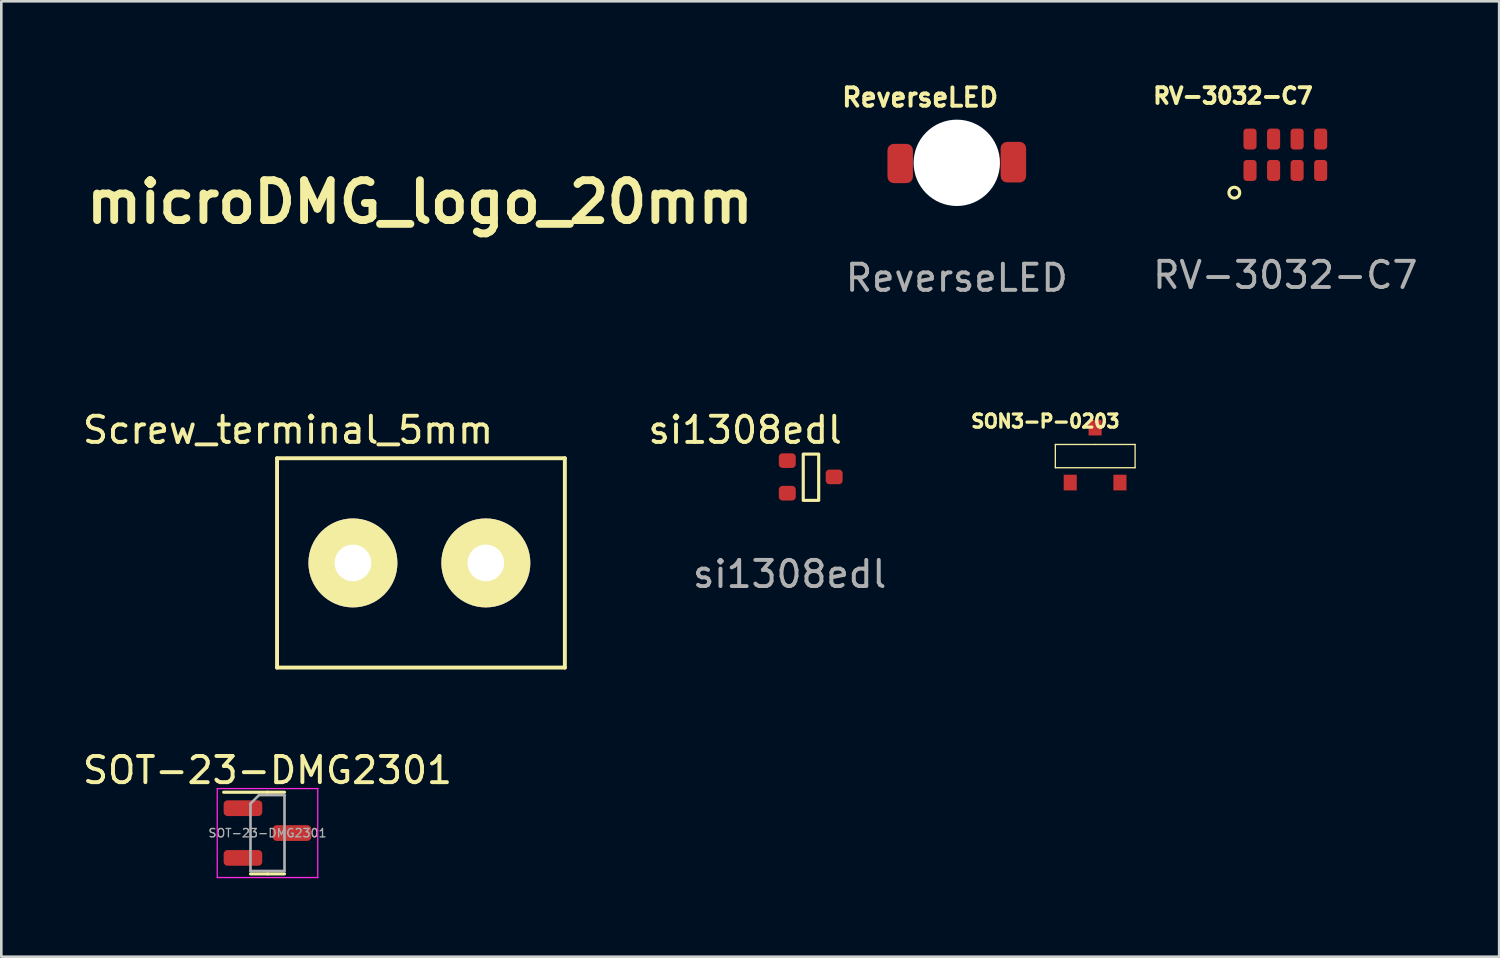
<source format=kicad_pcb>
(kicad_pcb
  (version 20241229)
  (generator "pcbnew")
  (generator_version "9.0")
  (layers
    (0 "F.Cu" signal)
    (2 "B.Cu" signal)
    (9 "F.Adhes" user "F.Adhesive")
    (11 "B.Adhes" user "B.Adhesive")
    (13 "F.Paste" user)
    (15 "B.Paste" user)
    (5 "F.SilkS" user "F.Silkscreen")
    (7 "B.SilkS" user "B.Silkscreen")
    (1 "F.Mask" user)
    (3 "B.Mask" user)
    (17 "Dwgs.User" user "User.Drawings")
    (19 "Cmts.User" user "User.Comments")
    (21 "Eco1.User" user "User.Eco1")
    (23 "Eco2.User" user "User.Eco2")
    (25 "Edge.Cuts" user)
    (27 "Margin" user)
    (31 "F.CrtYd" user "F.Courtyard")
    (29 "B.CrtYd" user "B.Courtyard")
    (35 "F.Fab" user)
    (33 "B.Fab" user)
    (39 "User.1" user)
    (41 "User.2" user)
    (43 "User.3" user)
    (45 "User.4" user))
  (footprint "RV-3032-C7"
    (layer "F.Cu")
    (at 46.074 2.864)
    (property "Reference" "RV-3032-C7" (at -2 -2.25 0) (unlocked yes) (layer "F.SilkS") (effects (font (size 0.6 0.6) (thickness 0.15))))
    (attr smd)
    (fp_circle (center -1.95 1.45) (end -1.75 1.5) (stroke (width 0.12) (type solid)) (fill no) (layer "F.SilkS"))
    (fp_text user "${REFERENCE}" (at 0 4.6 0) (unlocked yes) (layer "F.Fab") (effects (font (size 1 1) (thickness 0.15))))
    (pad "1" smd roundrect (at -1.35 0.6) (size 0.5 0.8) (layers "F.Cu" "F.Mask" "F.Paste") (roundrect_rratio 0.25))
    (pad "2" smd roundrect (at -0.45 0.6) (size 0.5 0.8) (layers "F.Cu" "F.Mask" "F.Paste") (roundrect_rratio 0.25))
    (pad "3" smd roundrect (at 0.45 0.6) (size 0.5 0.8) (layers "F.Cu" "F.Mask" "F.Paste") (roundrect_rratio 0.25))
    (pad "4" smd roundrect (at 1.35 0.6) (size 0.5 0.8) (layers "F.Cu" "F.Mask" "F.Paste") (roundrect_rratio 0.25))
    (pad "5" smd roundrect (at 1.35 -0.6) (size 0.5 0.8) (layers "F.Cu" "F.Mask" "F.Paste") (roundrect_rratio 0.25))
    (pad "6" smd roundrect (at 0.45 -0.6) (size 0.5 0.8) (layers "F.Cu" "F.Mask" "F.Paste") (roundrect_rratio 0.25))
    (pad "7" smd roundrect (at -0.45 -0.6) (size 0.5 0.8) (layers "F.Cu" "F.Mask" "F.Paste") (roundrect_rratio 0.25))
    (pad "8" smd roundrect (at -1.35 -0.6) (size 0.5 0.8) (layers "F.Cu" "F.Mask" "F.Paste") (roundrect_rratio 0.25)))
  (footprint "Screw_terminal_5mm"
    (layer "F.Cu")
    (at 13.038 18.464)
    (property "Reference" "Screw_terminal_5mm" (at -5.08 -5.08 0) (layer "F.SilkS") (effects (font (size 1 1) (thickness 0.15))))
    (attr through_hole)
    (fp_line (start -5.5 -4) (end -5.5 4) (stroke (width 0.15) (type solid)) (layer "F.SilkS"))
    (fp_line (start -5.5 -4) (end 5.5 -4) (stroke (width 0.15) (type solid)) (layer "F.SilkS"))
    (fp_line (start 5.5 -4) (end 5.5 4) (stroke (width 0.15) (type solid)) (layer "F.SilkS"))
    (fp_line (start 5.5 4) (end -5.5 4) (stroke (width 0.15) (type solid)) (layer "F.SilkS"))
    (pad "1" thru_hole circle (at -2.6 0) (size 3.4 3.4) (drill 1.4) (layers "*.Cu" "*.Mask" "F.SilkS"))
    (pad "2" thru_hole circle (at 2.48 0) (size 3.4 3.4) (drill 1.4) (layers "*.Cu" "*.Mask" "F.SilkS")))
  (footprint "SOT-23-DMG2301"
    (layer "F.Cu")
    (at 7.173 28.788)
    (property "Reference" "SOT-23-DMG2301" (at 0 -2.4 0) (layer "F.SilkS") (effects (font (size 1 1) (thickness 0.15))))
    (attr smd)
    (fp_line (start 0 -1.56) (end -1.675 -1.56) (stroke (width 0.12) (type solid)) (layer "F.SilkS"))
    (fp_line (start 0 -1.56) (end 0.65 -1.56) (stroke (width 0.12) (type solid)) (layer "F.SilkS"))
    (fp_line (start 0 1.56) (end -0.65 1.56) (stroke (width 0.12) (type solid)) (layer "F.SilkS"))
    (fp_line (start 0 1.56) (end 0.65 1.56) (stroke (width 0.12) (type solid)) (layer "F.SilkS"))
    (fp_line (start -1.92 -1.7) (end -1.92 1.7) (stroke (width 0.05) (type solid)) (layer "F.CrtYd"))
    (fp_line (start -1.92 1.7) (end 1.92 1.7) (stroke (width 0.05) (type solid)) (layer "F.CrtYd"))
    (fp_line (start 1.92 -1.7) (end -1.92 -1.7) (stroke (width 0.05) (type solid)) (layer "F.CrtYd"))
    (fp_line (start 1.92 1.7) (end 1.92 -1.7) (stroke (width 0.05) (type solid)) (layer "F.CrtYd"))
    (fp_line (start -0.65 -1.125) (end -0.325 -1.45) (stroke (width 0.1) (type solid)) (layer "F.Fab"))
    (fp_line (start -0.65 1.45) (end -0.65 -1.125) (stroke (width 0.1) (type solid)) (layer "F.Fab"))
    (fp_line (start -0.325 -1.45) (end 0.65 -1.45) (stroke (width 0.1) (type solid)) (layer "F.Fab"))
    (fp_line (start 0.65 -1.45) (end 0.65 1.45) (stroke (width 0.1) (type solid)) (layer "F.Fab"))
    (fp_line (start 0.65 1.45) (end -0.65 1.45) (stroke (width 0.1) (type solid)) (layer "F.Fab"))
    (fp_text user "${REFERENCE}" (at 0 0 0) (layer "F.Fab") (effects (font (size 0.32 0.32) (thickness 0.05))))
    (pad "1" smd roundrect (at -0.938 0.95) (size 1.475 0.6) (layers "F.Cu" "F.Mask" "F.Paste") (roundrect_rratio 0.25))
    (pad "2" smd roundrect (at -0.938 -0.95) (size 1.475 0.6) (layers "F.Cu" "F.Mask" "F.Paste") (roundrect_rratio 0.25))
    (pad "3" smd roundrect (at 0.938 0) (size 1.475 0.6) (layers "F.Cu" "F.Mask" "F.Paste") (roundrect_rratio 0.25)))
  (footprint "ReverseLED"
    (layer "F.Cu")
    (at 33.517 3.173)
    (property "Reference" "ReverseLED" (at -1.4 -2.5 0) (unlocked yes) (layer "F.SilkS") (effects (font (size 0.7 0.7) (thickness 0.15))))
    (attr smd)
    (fp_text user "${REFERENCE}" (at 0 4.4 0) (unlocked yes) (layer "F.Fab") (effects (font (size 1 1) (thickness 0.15))))
    (pad "" np_thru_hole circle (at 0 0) (size 3.3 3.3) (drill 3.3) (layers "*.Cu" "*.Mask"))
    (pad "1" smd roundrect (at -2.163 0.025) (size 0.975 1.5) (layers "F.Cu" "F.Mask" "F.Paste") (roundrect_rratio 0.25))
    (pad "2" smd roundrect (at 2.163 -0.025) (size 0.975 1.55) (layers "F.Cu" "F.Mask" "F.Paste") (roundrect_rratio 0.25)))
  (footprint "si1308edl"
    (layer "F.Cu")
    (at 27.039 14.554)
    (property "Reference" "si1308edl" (at -1.61 -1.17 0) (unlocked yes) (layer "F.SilkS") (effects (font (size 1 1) (thickness 0.15))))
    (attr smd)
    (fp_rect (start 0.61 -0.25) (end 1.2 1.52) (stroke (width 0.12) (type solid)) (fill no) (layer "F.SilkS"))
    (fp_text user "${REFERENCE}" (at 0.09 4.34 0) (unlocked yes) (layer "F.Fab") (effects (font (size 1 1) (thickness 0.15))))
    (pad "1" smd roundrect (at 0 0 270) (size 0.559 0.648) (layers "F.Cu" "F.Mask" "F.Paste") (roundrect_rratio 0.25))
    (pad "2" smd roundrect (at 0 1.245 90) (size 0.559 0.648) (layers "F.Cu" "F.Mask" "F.Paste") (roundrect_rratio 0.25))
    (pad "3" smd roundrect (at 1.791 0.623 90) (size 0.559 0.648) (layers "F.Cu" "F.Mask" "F.Paste") (roundrect_rratio 0.25)))
  (footprint "microDMG_logo_20mm"
    (layer "F.Cu")
    (at 12.998 4.672)
    (property "Reference" "microDMG_logo_20mm" (at 0 0 0) (layer "F.SilkS") (effects (font (size 1.524 1.524) (thickness 0.3))))
    (attr through_hole)
    (fp_poly (pts (xy -2.87 -0.216) (xy -2.943 -0.217) (xy -2.998 -0.221) (xy -3.06 -0.229) (xy -3.096 -0.236) (xy -3.242 -0.281) (xy -3.379 -0.347) (xy -3.504 -0.434) (xy -3.615 -0.538) (xy -3.711 -0.656) (xy -3.788 -0.788) (xy -3.845 -0.93) (xy -3.874 -1.05) (xy -3.883 -1.133) (xy -3.885 -1.229) (xy -3.88 -1.329) (xy -3.869 -1.424) (xy -3.852 -1.504) (xy -3.848 -1.518) (xy -3.787 -1.669) (xy -3.707 -1.805) (xy -3.608 -1.926) (xy -3.493 -2.03) (xy -3.363 -2.115) (xy -3.22 -2.18) (xy -3.066 -2.223) (xy -2.95 -2.24) (xy -2.87 -2.248) (xy -2.87 -0.216)) (stroke (width 0.01) (type solid)) (fill yes) (layer "F.Mask"))
    (fp_poly (pts (xy 2.756 -2.237) (xy 2.906 -2.216) (xy 3.051 -2.171) (xy 3.19 -2.103) (xy 3.32 -2.012) (xy 3.382 -1.957) (xy 3.487 -1.841) (xy 3.571 -1.711) (xy 3.636 -1.566) (xy 3.66 -1.491) (xy 3.679 -1.398) (xy 3.689 -1.29) (xy 3.69 -1.177) (xy 3.681 -1.068) (xy 3.663 -0.972) (xy 3.66 -0.961) (xy 3.605 -0.811) (xy 3.529 -0.673) (xy 3.434 -0.55) (xy 3.323 -0.443) (xy 3.197 -0.355) (xy 3.058 -0.286) (xy 2.908 -0.239) (xy 2.888 -0.235) (xy 2.831 -0.225) (xy 2.774 -0.218) (xy 2.731 -0.216) (xy 2.667 -0.216) (xy 2.67 -1.229) (xy 2.673 -2.242) (xy 2.756 -2.237)) (stroke (width 0.01) (type solid)) (fill yes) (layer "F.Mask"))
    (fp_poly (pts (xy -0.048 -2.054) (xy 0.03 -2.049) (xy 0.091 -2.042) (xy 0.143 -2.029) (xy 0.181 -2.016) (xy 0.313 -1.954) (xy 0.431 -1.872) (xy 0.534 -1.773) (xy 0.618 -1.659) (xy 0.682 -1.532) (xy 0.699 -1.486) (xy 0.721 -1.394) (xy 0.733 -1.289) (xy 0.734 -1.181) (xy 0.724 -1.08) (xy 0.718 -1.049) (xy 0.676 -0.914) (xy 0.611 -0.789) (xy 0.527 -0.677) (xy 0.426 -0.581) (xy 0.31 -0.501) (xy 0.182 -0.442) (xy 0.107 -0.419) (xy 0.012 -0.402) (xy -0.093 -0.395) (xy -0.198 -0.399) (xy -0.292 -0.413) (xy -0.298 -0.414) (xy -0.429 -0.459) (xy -0.551 -0.525) (xy -0.66 -0.611) (xy -0.754 -0.714) (xy -0.831 -0.831) (xy -0.889 -0.961) (xy -0.909 -1.029) (xy -0.924 -1.112) (xy -0.929 -1.208) (xy -0.926 -1.308) (xy -0.915 -1.4) (xy -0.909 -1.427) (xy -0.866 -1.556) (xy -0.801 -1.677) (xy -0.716 -1.786) (xy -0.615 -1.881) (xy -0.501 -1.956) (xy -0.469 -1.973) (xy -0.382 -2.011) (xy -0.303 -2.037) (xy -0.223 -2.051) (xy -0.134 -2.056) (xy -0.048 -2.054)) (stroke (width 0.01) (type solid)) (fill yes) (layer "F.Mask"))
    (fp_poly (pts (xy 0.148 -4.654) (xy 0.384 -4.617) (xy 0.615 -4.557) (xy 0.839 -4.475) (xy 1.053 -4.37) (xy 1.131 -4.325) (xy 1.336 -4.185) (xy 1.523 -4.029) (xy 1.691 -3.855) (xy 1.84 -3.667) (xy 1.97 -3.465) (xy 2.078 -3.25) (xy 2.164 -3.024) (xy 2.228 -2.788) (xy 2.269 -2.544) (xy 2.273 -2.504) (xy 2.275 -2.467) (xy 2.277 -2.407) (xy 2.279 -2.327) (xy 2.281 -2.228) (xy 2.282 -2.113) (xy 2.283 -1.984) (xy 2.284 -1.844) (xy 2.285 -1.695) (xy 2.286 -1.539) (xy 2.286 -1.378) (xy 2.286 -1.215) (xy 2.286 -1.053) (xy 2.286 -0.892) (xy 2.285 -0.737) (xy 2.284 -0.589) (xy 2.283 -0.45) (xy 2.282 -0.323) (xy 2.28 -0.21) (xy 2.279 -0.113) (xy 2.277 -0.035) (xy 2.275 0.022) (xy 2.273 0.053) (xy 2.235 0.3) (xy 2.174 0.539) (xy 2.09 0.767) (xy 1.983 0.985) (xy 1.854 1.192) (xy 1.703 1.386) (xy 1.568 1.529) (xy 1.485 1.607) (xy 1.393 1.685) (xy 1.299 1.758) (xy 1.21 1.821) (xy 1.165 1.849) (xy 1.126 1.873) (xy 1.096 1.891) (xy 1.082 1.9) (xy 1.081 1.9) (xy 1.086 1.911) (xy 1.102 1.939) (xy 1.127 1.978) (xy 1.148 2.01) (xy 1.183 2.065) (xy 1.216 2.123) (xy 1.243 2.172) (xy 1.251 2.189) (xy 1.306 2.345) (xy 1.337 2.506) (xy 1.343 2.671) (xy 1.324 2.837) (xy 1.282 3) (xy 1.255 3.075) (xy 1.226 3.146) (xy 1.191 3.217) (xy 1.151 3.289) (xy 1.102 3.364) (xy 1.044 3.445) (xy 0.975 3.534) (xy 0.893 3.634) (xy 0.798 3.747) (xy 0.686 3.874) (xy 0.65 3.916) (xy 0.526 4.057) (xy 0.419 4.182) (xy 0.327 4.295) (xy 0.249 4.396) (xy 0.184 4.489) (xy 0.128 4.574) (xy 0.082 4.655) (xy 0.043 4.734) (xy 0.032 4.759) (xy 0.012 4.804) (xy -0.005 4.838) (xy -0.015 4.857) (xy -0.016 4.859) (xy -0.027 4.854) (xy -0.047 4.833) (xy -0.062 4.813) (xy -0.109 4.734) (xy -0.141 4.647) (xy -0.158 4.546) (xy -0.162 4.492) (xy -0.163 4.389) (xy -0.153 4.3) (xy -0.129 4.217) (xy -0.092 4.129) (xy -0.082 4.111) (xy -0.051 4.05) (xy -0.017 3.985) (xy 0.013 3.927) (xy 0.017 3.918) (xy 0.061 3.809) (xy 0.081 3.701) (xy 0.076 3.591) (xy 0.045 3.48) (xy 0.021 3.422) (xy -0.041 3.321) (xy -0.121 3.234) (xy -0.217 3.165) (xy -0.25 3.148) (xy -0.296 3.126) (xy -0.334 3.113) (xy -0.374 3.107) (xy -0.427 3.105) (xy -0.444 3.105) (xy -0.503 3.106) (xy -0.547 3.112) (xy -0.584 3.123) (xy -0.623 3.14) (xy -0.718 3.199) (xy -0.793 3.273) (xy -0.846 3.359) (xy -0.877 3.455) (xy -0.885 3.56) (xy -0.871 3.663) (xy -0.856 3.718) (xy -0.839 3.772) (xy -0.825 3.808) (xy -0.811 3.841) (xy -0.804 3.864) (xy -0.804 3.869) (xy -0.818 3.866) (xy -0.847 3.85) (xy -0.887 3.823) (xy -0.935 3.79) (xy -0.985 3.752) (xy -1.035 3.713) (xy -1.079 3.675) (xy -1.103 3.653) (xy -1.232 3.513) (xy -1.337 3.364) (xy -1.418 3.205) (xy -1.476 3.037) (xy -1.505 2.902) (xy -1.521 2.734) (xy -1.516 2.564) (xy -1.49 2.395) (xy -1.444 2.233) (xy -1.379 2.082) (xy -1.307 1.961) (xy -1.269 1.905) (xy -1.328 1.87) (xy -1.363 1.848) (xy -1.411 1.816) (xy -1.465 1.777) (xy -1.51 1.745) (xy -1.697 1.592) (xy -1.867 1.421) (xy -2.018 1.235) (xy -2.15 1.035) (xy -2.261 0.823) (xy -2.35 0.6) (xy -2.417 0.369) (xy -2.457 0.144) (xy -2.461 0.103) (xy -2.464 0.038) (xy -2.467 -0.047) (xy -2.47 -0.151) (xy -2.472 -0.271) (xy -2.474 -0.406) (xy -2.476 -0.551) (xy -2.477 -0.707) (xy -2.478 -0.869) (xy -2.478 -1.036) (xy -2.479 -1.206) (xy -2.478 -1.376) (xy -2.478 -1.544) (xy -2.477 -1.648) (xy -1.446 -1.648) (xy -1.445 -1.443) (xy -1.445 -1.215) (xy -1.444 -1.143) (xy -1.444 -0.941) (xy -1.443 -0.762) (xy -1.442 -0.606) (xy -1.441 -0.469) (xy -1.44 -0.351) (xy -1.438 -0.25) (xy -1.437 -0.164) (xy -1.434 -0.091) (xy -1.431 -0.03) (xy -1.427 0.022) (xy -1.423 0.065) (xy -1.417 0.103) (xy -1.411 0.135) (xy -1.404 0.165) (xy -1.395 0.194) (xy -1.385 0.223) (xy -1.373 0.255) (xy -1.365 0.279) (xy -1.291 0.448) (xy -1.197 0.603) (xy -1.084 0.743) (xy -0.955 0.866) (xy -0.81 0.971) (xy -0.653 1.057) (xy -0.484 1.121) (xy -0.307 1.162) (xy -0.212 1.173) (xy -0.104 1.176) (xy 0.008 1.172) (xy 0.113 1.161) (xy 0.173 1.151) (xy 0.351 1.1) (xy 0.518 1.027) (xy 0.673 0.931) (xy 0.817 0.813) (xy 0.871 0.76) (xy 0.99 0.619) (xy 1.087 0.465) (xy 1.163 0.3) (xy 1.215 0.126) (xy 1.231 0.038) (xy 1.234 0.013) (xy 1.236 -0.028) (xy 1.238 -0.084) (xy 1.24 -0.157) (xy 1.241 -0.247) (xy 1.242 -0.357) (xy 1.243 -0.487) (xy 1.243 -0.637) (xy 1.243 -0.81) (xy 1.243 -1.006) (xy 1.242 -1.226) (xy 1.242 -1.289) (xy 1.241 -1.493) (xy 1.24 -1.674) (xy 1.239 -1.832) (xy 1.239 -1.97) (xy 1.238 -2.089) (xy 1.237 -2.19) (xy 1.236 -2.276) (xy 1.235 -2.347) (xy 1.233 -2.406) (xy 1.232 -2.454) (xy 1.23 -2.493) (xy 1.227 -2.524) (xy 1.224 -2.548) (xy 1.221 -2.569) (xy 1.218 -2.586) (xy 1.214 -2.602) (xy 1.209 -2.618) (xy 1.144 -2.801) (xy 1.059 -2.969) (xy 0.955 -3.12) (xy 0.832 -3.255) (xy 0.691 -3.373) (xy 0.536 -3.47) (xy 0.372 -3.546) (xy 0.203 -3.598) (xy 0.027 -3.625) (xy -0.157 -3.629) (xy -0.164 -3.628) (xy -0.346 -3.607) (xy -0.519 -3.563) (xy -0.682 -3.497) (xy -0.833 -3.412) (xy -0.972 -3.307) (xy -1.095 -3.186) (xy -1.203 -3.049) (xy -1.293 -2.897) (xy -1.363 -2.733) (xy -1.413 -2.557) (xy -1.436 -2.419) (xy -1.439 -2.383) (xy -1.441 -2.321) (xy -1.443 -2.234) (xy -1.444 -2.123) (xy -1.445 -1.988) (xy -1.446 -1.83) (xy -1.446 -1.648) (xy -2.477 -1.648) (xy -2.477 -1.708) (xy -2.476 -1.865) (xy -2.474 -2.013) (xy -2.473 -2.15) (xy -2.47 -2.274) (xy -2.468 -2.382) (xy -2.465 -2.472) (xy -2.462 -2.542) (xy -2.458 -2.589) (xy -2.457 -2.596) (xy -2.414 -2.834) (xy -2.347 -3.063) (xy -2.258 -3.282) (xy -2.149 -3.49) (xy -2.02 -3.686) (xy -1.873 -3.868) (xy -1.71 -4.034) (xy -1.53 -4.185) (xy -1.336 -4.317) (xy -1.129 -4.431) (xy -0.91 -4.524) (xy -0.68 -4.595) (xy -0.565 -4.622) (xy -0.329 -4.657) (xy -0.091 -4.667) (xy 0.148 -4.654)) (stroke (width 0.01) (type solid)) (fill yes) (layer "F.Mask")))
  (footprint "SON3-P-0203"
    (layer "F.Cu")
    (at 38.808 14.318)
    (property "Reference" "SON3-P-0203" (at -1.905 -1.27 0) (layer "F.SilkS") (effects (font (size 0.5 0.5) (thickness 0.125))))
    (attr through_hole)
    (fp_line (start -1.524 -0.381) (end -1.524 0.508) (stroke (width 0.05) (type solid)) (layer "F.SilkS"))
    (fp_line (start -1.524 0.508) (end 1.524 0.508) (stroke (width 0.05) (type solid)) (layer "F.SilkS"))
    (fp_line (start 0 -0.381) (end -1.524 -0.381) (stroke (width 0.05) (type solid)) (layer "F.SilkS"))
    (fp_line (start 1.524 -0.381) (end 0 -0.381) (stroke (width 0.05) (type solid)) (layer "F.SilkS"))
    (fp_line (start 1.524 0.508) (end 1.524 -0.381) (stroke (width 0.05) (type solid)) (layer "F.SilkS"))
    (pad "1" smd rect (at -0.955 1.075) (size 0.5 0.6) (layers "F.Cu" "F.Mask" "F.Paste"))
    (pad "2" smd rect (at 0.945 1.075) (size 0.5 0.6) (layers "F.Cu" "F.Mask" "F.Paste"))
    (pad "3" smd rect (at -0.005 -1.025) (size 0.5 0.6) (layers "F.Cu" "F.Mask" "F.Paste")))
  (gr_rect
    (start -3 -3)
    (end 54.246 33.513)
    (stroke (width 0.1) (type default))
    (fill no)
    (layer "Edge.Cuts")))
</source>
